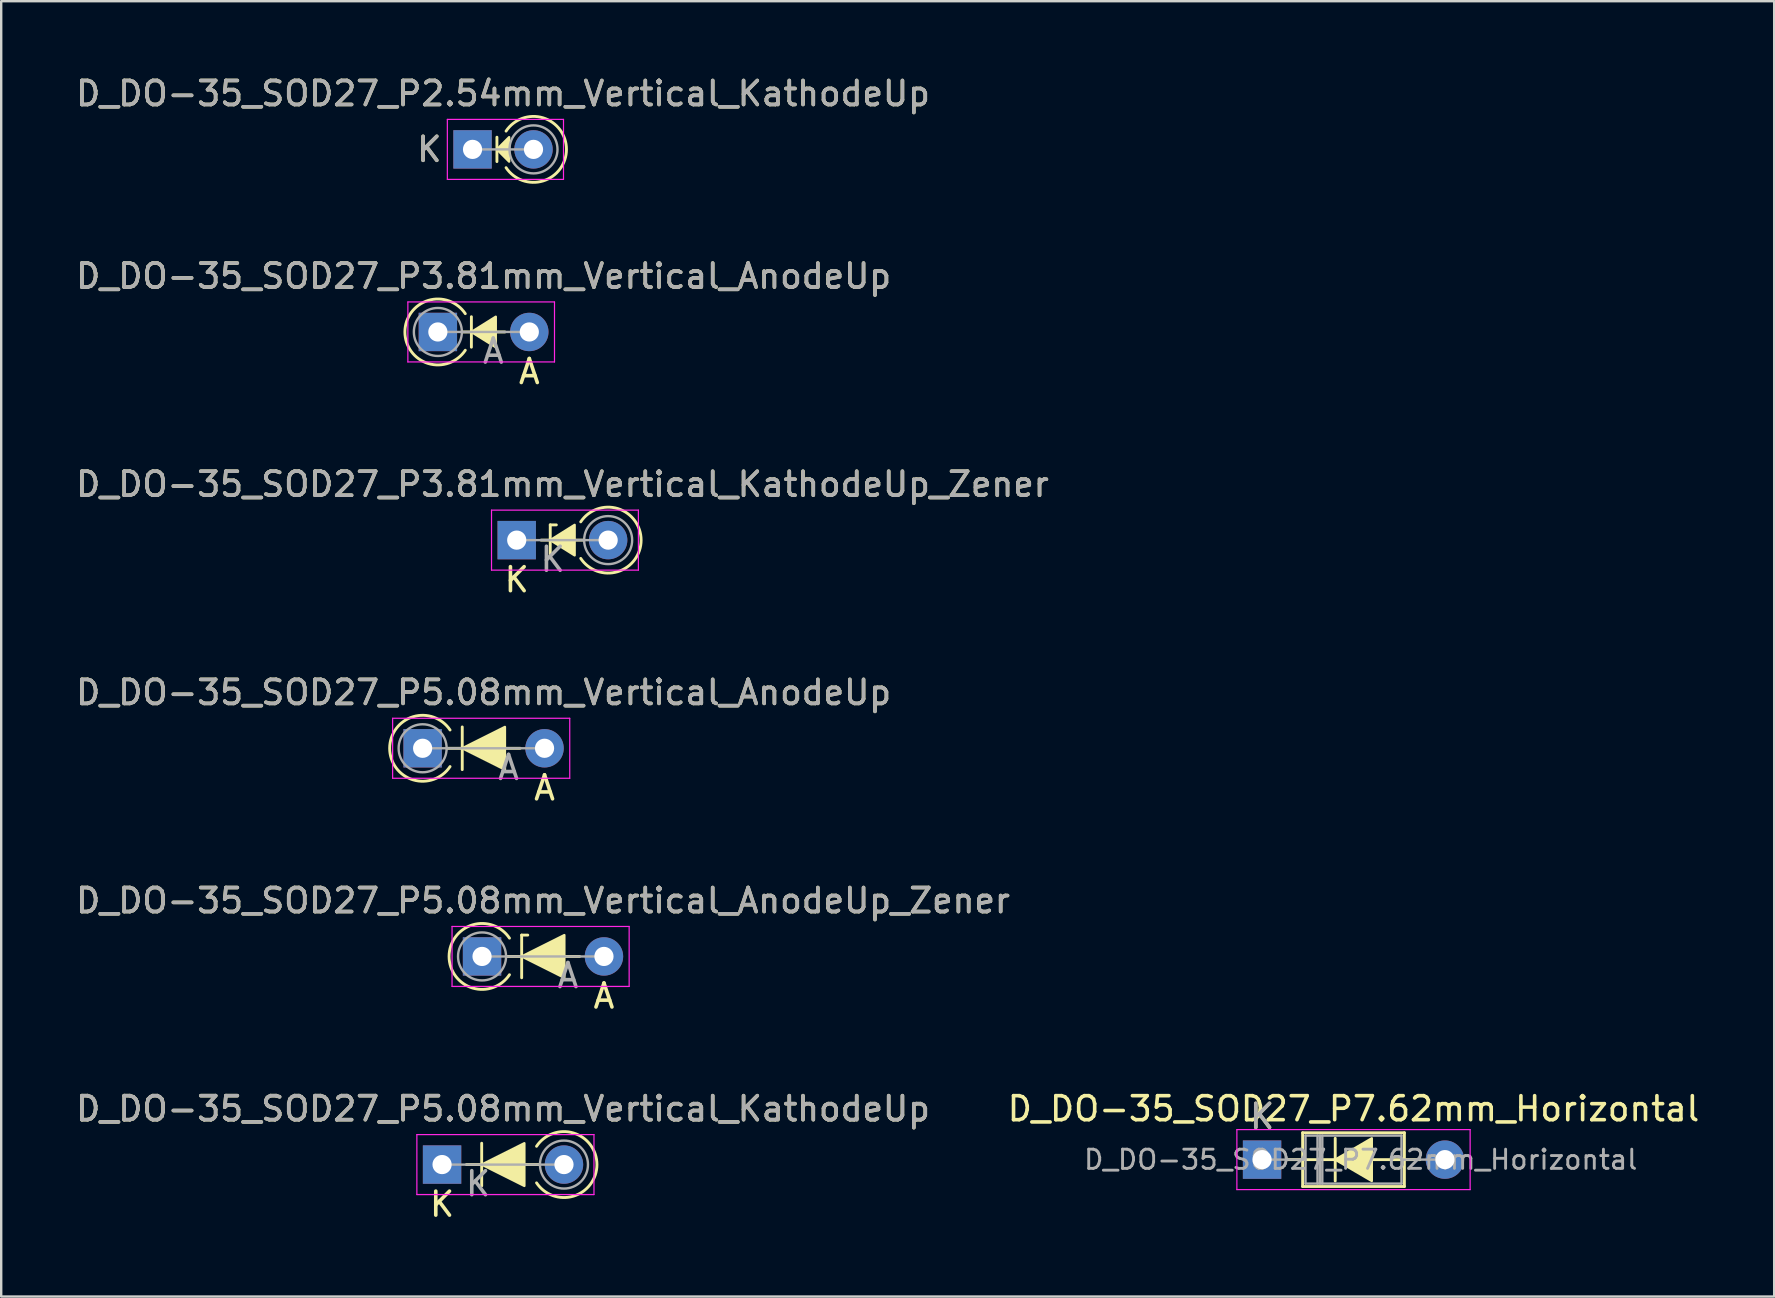
<source format=kicad_pcb>
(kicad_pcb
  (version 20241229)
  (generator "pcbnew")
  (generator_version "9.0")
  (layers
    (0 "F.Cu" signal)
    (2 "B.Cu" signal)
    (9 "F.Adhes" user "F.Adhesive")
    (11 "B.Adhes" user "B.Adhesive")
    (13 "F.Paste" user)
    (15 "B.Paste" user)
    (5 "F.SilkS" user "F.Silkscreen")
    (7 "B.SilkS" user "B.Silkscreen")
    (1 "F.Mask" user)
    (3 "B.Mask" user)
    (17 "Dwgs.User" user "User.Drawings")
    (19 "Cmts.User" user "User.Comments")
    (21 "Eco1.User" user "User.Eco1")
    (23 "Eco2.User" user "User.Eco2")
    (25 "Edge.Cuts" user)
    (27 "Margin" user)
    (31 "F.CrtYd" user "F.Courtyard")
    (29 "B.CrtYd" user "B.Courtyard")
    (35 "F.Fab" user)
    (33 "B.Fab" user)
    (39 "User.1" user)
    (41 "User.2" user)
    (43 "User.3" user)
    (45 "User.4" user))
  (footprint "D_DO-35_SOD27_P3.81mm_Vertical_KathodeUp_Zener"
    (layer "F.Cu")
    (at 18.482 19.457)
    (property "Reference" "D_DO-35_SOD27_P3.81mm_Vertical_KathodeUp_Zener" (at 1.905 -2.326 0) (layer "F.SilkS") (effects (font (size 1 1) (thickness 0.15))))
    (attr through_hole)
    (fp_line (start 1.397 -0.635) (end 1.397 0.635) (stroke (width 0.12) (type solid)) (layer "F.SilkS"))
    (fp_line (start 1.397 -0.635) (end 1.651 -0.635) (stroke (width 0.12) (type solid)) (layer "F.SilkS"))
    (fp_line (start 2.794 0) (end 1.016 0) (stroke (width 0.12) (type solid)) (layer "F.SilkS"))
    (fp_arc (start 2.667 -0.761998) (mid 5.183713 0.000001) (end 2.667 0.762) (stroke (width 0.12) (type solid)) (layer "F.SilkS"))
    (fp_poly (pts (xy 2.413 0.635) (xy 1.397 0) (xy 2.413 -0.635)) (stroke (width 0.1) (type solid)) (fill yes) (layer "F.SilkS"))
    (fp_line (start -1.05 -1.25) (end -1.05 1.25) (stroke (width 0.05) (type solid)) (layer "F.CrtYd"))
    (fp_line (start -1.05 1.25) (end 5.07 1.25) (stroke (width 0.05) (type solid)) (layer "F.CrtYd"))
    (fp_line (start 5.07 -1.25) (end -1.05 -1.25) (stroke (width 0.05) (type solid)) (layer "F.CrtYd"))
    (fp_line (start 5.07 1.25) (end 5.07 -1.25) (stroke (width 0.05) (type solid)) (layer "F.CrtYd"))
    (fp_line (start 0 0) (end 3.81 0) (stroke (width 0.1) (type solid)) (layer "F.Fab"))
    (fp_circle (center 3.81 0) (end 4.81 0) (stroke (width 0.1) (type solid)) (fill no) (layer "F.Fab"))
    (fp_text user "K" (at 0 1.651 0) (layer "F.SilkS") (effects (font (size 1 1) (thickness 0.15))))
    (fp_text user "K" (at 1.5 0.8 0) (layer "F.Fab") (effects (font (size 1 1) (thickness 0.15))))
    (fp_text user "${REFERENCE}" (at 1.905 -2.326 0) (layer "F.Fab") (effects (font (size 1 1) (thickness 0.15))))
    (pad "1" thru_hole rect (at 0 0) (size 1.6 1.6) (drill 0.8) (layers "*.Cu" "*.Mask"))
    (pad "2" thru_hole oval (at 3.81 0) (size 1.6 1.6) (drill 0.8) (layers "*.Cu" "*.Mask")))
  (footprint "D_DO-35_SOD27_P5.08mm_Vertical_AnodeUp"
    (layer "F.Cu")
    (at 14.561 28.131)
    (property "Reference" "D_DO-35_SOD27_P5.08mm_Vertical_AnodeUp" (at 2.54 -2.326 0) (layer "F.SilkS") (effects (font (size 1 1) (thickness 0.15))))
    (attr through_hole)
    (fp_line (start 1.651 -0.889) (end 1.651 0.889) (stroke (width 0.12) (type solid)) (layer "F.SilkS"))
    (fp_line (start 4.064 0) (end 1.016 0) (stroke (width 0.12) (type solid)) (layer "F.SilkS"))
    (fp_arc (start 1.142999 0.761999) (mid -1.373714 0) (end 1.142999 -0.761999) (stroke (width 0.12) (type solid)) (layer "F.SilkS"))
    (fp_poly (pts (xy 3.429 0.889) (xy 1.651 0) (xy 3.429 -0.889)) (stroke (width 0.1) (type solid)) (fill yes) (layer "F.SilkS"))
    (fp_line (start -1.25 -1.25) (end -1.25 1.25) (stroke (width 0.05) (type solid)) (layer "F.CrtYd"))
    (fp_line (start -1.25 1.25) (end 6.13 1.25) (stroke (width 0.05) (type solid)) (layer "F.CrtYd"))
    (fp_line (start 6.13 -1.25) (end -1.25 -1.25) (stroke (width 0.05) (type solid)) (layer "F.CrtYd"))
    (fp_line (start 6.13 1.25) (end 6.13 -1.25) (stroke (width 0.05) (type solid)) (layer "F.CrtYd"))
    (fp_line (start 0 0) (end 5.08 0) (stroke (width 0.1) (type solid)) (layer "F.Fab"))
    (fp_circle (center 0 0) (end 1 0) (stroke (width 0.1) (type solid)) (fill no) (layer "F.Fab"))
    (fp_text user "A" (at 5.08 1.651 0) (layer "F.SilkS") (effects (font (size 1 1) (thickness 0.15))))
    (fp_text user "${REFERENCE}" (at 2.54 -2.326 0) (layer "F.Fab") (effects (font (size 1 1) (thickness 0.15))))
    (fp_text user "A" (at 3.58 0.8 0) (layer "F.Fab") (effects (font (size 1 1) (thickness 0.15))))
    (pad "1" thru_hole rect (at 0 0) (size 1.6 1.6) (drill 0.8) (layers "*.Cu" "*.Mask"))
    (pad "2" thru_hole oval (at 5.08 0) (size 1.6 1.6) (drill 0.8) (layers "*.Cu" "*.Mask")))
  (footprint "D_DO-35_SOD27_P2.54mm_Vertical_KathodeUp"
    (layer "F.Cu")
    (at 16.641 3.175)
    (property "Reference" "D_DO-35_SOD27_P2.54mm_Vertical_KathodeUp" (at 1.27 -2.326 0) (layer "F.SilkS") (effects (font (size 1 1) (thickness 0.15))))
    (attr through_hole)
    (fp_line (start 1.016 -0.508) (end 1.016 0.508) (stroke (width 0.12) (type solid)) (layer "F.SilkS"))
    (fp_arc (start 1.397 -0.761998) (mid 3.913713 0.000001) (end 1.397 0.762) (stroke (width 0.12) (type solid)) (layer "F.SilkS"))
    (fp_poly (pts (xy 1.524 0.508) (xy 1.016 0) (xy 1.524 -0.508)) (stroke (width 0.1) (type solid)) (fill yes) (layer "F.SilkS"))
    (fp_line (start -1.05 -1.25) (end -1.05 1.25) (stroke (width 0.05) (type solid)) (layer "F.CrtYd"))
    (fp_line (start -1.05 1.25) (end 3.79 1.25) (stroke (width 0.05) (type solid)) (layer "F.CrtYd"))
    (fp_line (start 3.79 -1.25) (end -1.05 -1.25) (stroke (width 0.05) (type solid)) (layer "F.CrtYd"))
    (fp_line (start 3.79 1.25) (end 3.79 -1.25) (stroke (width 0.05) (type solid)) (layer "F.CrtYd"))
    (fp_line (start 0 0) (end 2.54 0) (stroke (width 0.1) (type solid)) (layer "F.Fab"))
    (fp_circle (center 2.54 0) (end 3.54 0) (stroke (width 0.1) (type solid)) (fill no) (layer "F.Fab"))
    (fp_text user "K" (at -1.8 0 0) (layer "F.SilkS") (effects (font (size 1 1) (thickness 0.15))))
    (fp_text user "${REFERENCE}" (at 1.27 -2.326 0) (layer "F.Fab") (effects (font (size 1 1) (thickness 0.15))))
    (fp_text user "K" (at -1.8 0 0) (layer "F.Fab") (effects (font (size 1 1) (thickness 0.15))))
    (pad "1" thru_hole rect (at 0 0) (size 1.6 1.6) (drill 0.8) (layers "*.Cu" "*.Mask"))
    (pad "2" thru_hole oval (at 2.54 0) (size 1.6 1.6) (drill 0.8) (layers "*.Cu" "*.Mask")))
  (footprint "D_DO-35_SOD27_P3.81mm_Vertical_AnodeUp"
    (layer "F.Cu")
    (at 15.196 10.783)
    (property "Reference" "D_DO-35_SOD27_P3.81mm_Vertical_AnodeUp" (at 1.905 -2.326 0) (layer "F.SilkS") (effects (font (size 1 1) (thickness 0.15))))
    (attr through_hole)
    (fp_line (start 1.397 -0.635) (end 1.397 0.635) (stroke (width 0.12) (type solid)) (layer "F.SilkS"))
    (fp_line (start 2.794 0) (end 1.016 0) (stroke (width 0.12) (type solid)) (layer "F.SilkS"))
    (fp_arc (start 1.142999 0.761999) (mid -1.373714 0) (end 1.142999 -0.761999) (stroke (width 0.12) (type solid)) (layer "F.SilkS"))
    (fp_poly (pts (xy 2.413 0.635) (xy 1.397 0) (xy 2.413 -0.635)) (stroke (width 0.1) (type solid)) (fill yes) (layer "F.SilkS"))
    (fp_line (start -1.25 -1.25) (end -1.25 1.25) (stroke (width 0.05) (type solid)) (layer "F.CrtYd"))
    (fp_line (start -1.25 1.25) (end 4.86 1.25) (stroke (width 0.05) (type solid)) (layer "F.CrtYd"))
    (fp_line (start 4.86 -1.25) (end -1.25 -1.25) (stroke (width 0.05) (type solid)) (layer "F.CrtYd"))
    (fp_line (start 4.86 1.25) (end 4.86 -1.25) (stroke (width 0.05) (type solid)) (layer "F.CrtYd"))
    (fp_line (start 0 0) (end 3.81 0) (stroke (width 0.1) (type solid)) (layer "F.Fab"))
    (fp_circle (center 0 0) (end 1 0) (stroke (width 0.1) (type solid)) (fill no) (layer "F.Fab"))
    (fp_text user "A" (at 3.81 1.651 0) (layer "F.SilkS") (effects (font (size 1 1) (thickness 0.15))))
    (fp_text user "${REFERENCE}" (at 1.905 -2.326 0) (layer "F.Fab") (effects (font (size 1 1) (thickness 0.15))))
    (fp_text user "A" (at 2.31 0.8 0) (layer "F.Fab") (effects (font (size 1 1) (thickness 0.15))))
    (pad "1" thru_hole rect (at 0 0) (size 1.6 1.6) (drill 0.8) (layers "*.Cu" "*.Mask"))
    (pad "2" thru_hole oval (at 3.81 0) (size 1.6 1.6) (drill 0.8) (layers "*.Cu" "*.Mask")))
  (footprint "D_DO-35_SOD27_P5.08mm_Vertical_AnodeUp_Zener"
    (layer "F.Cu")
    (at 17.037 36.805)
    (property "Reference" "D_DO-35_SOD27_P5.08mm_Vertical_AnodeUp_Zener" (at 2.54 -2.326 0) (layer "F.SilkS") (effects (font (size 1 1) (thickness 0.15))))
    (attr through_hole)
    (fp_line (start 1.651 -0.889) (end 1.651 0.889) (stroke (width 0.12) (type solid)) (layer "F.SilkS"))
    (fp_line (start 1.651 -0.889) (end 1.905 -0.889) (stroke (width 0.12) (type solid)) (layer "F.SilkS"))
    (fp_line (start 4.064 0) (end 1.016 0) (stroke (width 0.12) (type solid)) (layer "F.SilkS"))
    (fp_arc (start 1.142999 0.761999) (mid -1.373714 0) (end 1.142999 -0.761999) (stroke (width 0.12) (type solid)) (layer "F.SilkS"))
    (fp_poly (pts (xy 3.429 0.889) (xy 1.651 0) (xy 3.429 -0.889)) (stroke (width 0.1) (type solid)) (fill yes) (layer "F.SilkS"))
    (fp_line (start -1.25 -1.25) (end -1.25 1.25) (stroke (width 0.05) (type solid)) (layer "F.CrtYd"))
    (fp_line (start -1.25 1.25) (end 6.13 1.25) (stroke (width 0.05) (type solid)) (layer "F.CrtYd"))
    (fp_line (start 6.13 -1.25) (end -1.25 -1.25) (stroke (width 0.05) (type solid)) (layer "F.CrtYd"))
    (fp_line (start 6.13 1.25) (end 6.13 -1.25) (stroke (width 0.05) (type solid)) (layer "F.CrtYd"))
    (fp_line (start 0 0) (end 5.08 0) (stroke (width 0.1) (type solid)) (layer "F.Fab"))
    (fp_circle (center 0 0) (end 1 0) (stroke (width 0.1) (type solid)) (fill no) (layer "F.Fab"))
    (fp_text user "A" (at 5.08 1.651 0) (layer "F.SilkS") (effects (font (size 1 1) (thickness 0.15))))
    (fp_text user "A" (at 3.58 0.8 0) (layer "F.Fab") (effects (font (size 1 1) (thickness 0.15))))
    (fp_text user "${REFERENCE}" (at 2.54 -2.326 0) (layer "F.Fab") (effects (font (size 1 1) (thickness 0.15))))
    (pad "1" thru_hole rect (at 0 0) (size 1.6 1.6) (drill 0.8) (layers "*.Cu" "*.Mask"))
    (pad "2" thru_hole oval (at 5.08 0) (size 1.6 1.6) (drill 0.8) (layers "*.Cu" "*.Mask")))
  (footprint "D_DO-35_SOD27_P7.62mm_Horizontal"
    (layer "F.Cu")
    (at 49.541 45.272)
    (property "Reference" "D_DO-35_SOD27_P7.62mm_Horizontal" (at 3.81 -2.12 0) (layer "F.SilkS") (effects (font (size 1 1) (thickness 0.15))))
    (attr through_hole)
    (fp_line (start 1.04 0) (end 1.69 0) (stroke (width 0.12) (type solid)) (layer "F.SilkS"))
    (fp_line (start 1.651 0) (end 3.048 0) (stroke (width 0.12) (type solid)) (layer "F.SilkS"))
    (fp_line (start 1.69 -1.12) (end 1.69 1.12) (stroke (width 0.12) (type solid)) (layer "F.SilkS"))
    (fp_line (start 1.69 1.12) (end 5.93 1.12) (stroke (width 0.12) (type solid)) (layer "F.SilkS"))
    (fp_line (start 3.048 -0.889) (end 3.048 0.889) (stroke (width 0.12) (type solid)) (layer "F.SilkS"))
    (fp_line (start 5.93 -1.12) (end 1.69 -1.12) (stroke (width 0.12) (type solid)) (layer "F.SilkS"))
    (fp_line (start 5.93 0) (end 4.636 0) (stroke (width 0.12) (type solid)) (layer "F.SilkS"))
    (fp_line (start 5.93 1.12) (end 5.93 -1.12) (stroke (width 0.12) (type solid)) (layer "F.SilkS"))
    (fp_line (start 6.58 0) (end 5.93 0) (stroke (width 0.12) (type solid)) (layer "F.SilkS"))
    (fp_poly (pts (xy 4.572 0.889) (xy 3.048 0) (xy 4.572 -0.889)) (stroke (width 0.1) (type solid)) (fill yes) (layer "F.SilkS"))
    (fp_line (start -1.05 -1.25) (end -1.05 1.25) (stroke (width 0.05) (type solid)) (layer "F.CrtYd"))
    (fp_line (start -1.05 1.25) (end 8.67 1.25) (stroke (width 0.05) (type solid)) (layer "F.CrtYd"))
    (fp_line (start 8.67 -1.25) (end -1.05 -1.25) (stroke (width 0.05) (type solid)) (layer "F.CrtYd"))
    (fp_line (start 8.67 1.25) (end 8.67 -1.25) (stroke (width 0.05) (type solid)) (layer "F.CrtYd"))
    (fp_line (start 0 0) (end 1.81 0) (stroke (width 0.1) (type solid)) (layer "F.Fab"))
    (fp_line (start 1.81 -1) (end 1.81 1) (stroke (width 0.1) (type solid)) (layer "F.Fab"))
    (fp_line (start 1.81 1) (end 5.81 1) (stroke (width 0.1) (type solid)) (layer "F.Fab"))
    (fp_line (start 2.31 -1) (end 2.31 1) (stroke (width 0.1) (type solid)) (layer "F.Fab"))
    (fp_line (start 2.41 -1) (end 2.41 1) (stroke (width 0.1) (type solid)) (layer "F.Fab"))
    (fp_line (start 2.51 -1) (end 2.51 1) (stroke (width 0.1) (type solid)) (layer "F.Fab"))
    (fp_line (start 5.81 -1) (end 1.81 -1) (stroke (width 0.1) (type solid)) (layer "F.Fab"))
    (fp_line (start 5.81 1) (end 5.81 -1) (stroke (width 0.1) (type solid)) (layer "F.Fab"))
    (fp_line (start 7.62 0) (end 5.81 0) (stroke (width 0.1) (type solid)) (layer "F.Fab"))
    (fp_text user "K" (at 0 -1.8 0) (layer "F.SilkS") (effects (font (size 1 1) (thickness 0.15))))
    (fp_text user "K" (at 0 -1.8 0) (layer "F.Fab") (effects (font (size 1 1) (thickness 0.15))))
    (fp_text user "${REFERENCE}" (at 4.11 0 0) (layer "F.Fab") (effects (font (size 0.8 0.8) (thickness 0.12))))
    (pad "1" thru_hole rect (at 0 0) (size 1.6 1.6) (drill 0.8) (layers "*.Cu" "*.Mask"))
    (pad "2" thru_hole oval (at 7.62 0) (size 1.6 1.6) (drill 0.8) (layers "*.Cu" "*.Mask")))
  (footprint "D_DO-35_SOD27_P5.08mm_Vertical_KathodeUp"
    (layer "F.Cu")
    (at 15.371 45.478)
    (property "Reference" "D_DO-35_SOD27_P5.08mm_Vertical_KathodeUp" (at 2.54 -2.326 0) (layer "F.SilkS") (effects (font (size 1 1) (thickness 0.15))))
    (attr through_hole)
    (fp_line (start 1.651 -0.889) (end 1.651 0.889) (stroke (width 0.12) (type solid)) (layer "F.SilkS"))
    (fp_line (start 4.064 0) (end 1.016 0) (stroke (width 0.12) (type solid)) (layer "F.SilkS"))
    (fp_arc (start 3.937 -0.761998) (mid 6.453713 0.000001) (end 3.937 0.762) (stroke (width 0.12) (type solid)) (layer "F.SilkS"))
    (fp_poly (pts (xy 3.429 0.889) (xy 1.651 0) (xy 3.429 -0.889)) (stroke (width 0.1) (type solid)) (fill yes) (layer "F.SilkS"))
    (fp_line (start -1.05 -1.25) (end -1.05 1.25) (stroke (width 0.05) (type solid)) (layer "F.CrtYd"))
    (fp_line (start -1.05 1.25) (end 6.33 1.25) (stroke (width 0.05) (type solid)) (layer "F.CrtYd"))
    (fp_line (start 6.33 -1.25) (end -1.05 -1.25) (stroke (width 0.05) (type solid)) (layer "F.CrtYd"))
    (fp_line (start 6.33 1.25) (end 6.33 -1.25) (stroke (width 0.05) (type solid)) (layer "F.CrtYd"))
    (fp_line (start 0 0) (end 5.08 0) (stroke (width 0.1) (type solid)) (layer "F.Fab"))
    (fp_circle (center 5.08 0) (end 6.08 0) (stroke (width 0.1) (type solid)) (fill no) (layer "F.Fab"))
    (fp_text user "K" (at 0 1.651 0) (layer "F.SilkS") (effects (font (size 1 1) (thickness 0.15))))
    (fp_text user "${REFERENCE}" (at 2.54 -2.326 0) (layer "F.Fab") (effects (font (size 1 1) (thickness 0.15))))
    (fp_text user "K" (at 1.5 0.8 0) (layer "F.Fab") (effects (font (size 1 1) (thickness 0.15))))
    (pad "1" thru_hole rect (at 0 0) (size 1.6 1.6) (drill 0.8) (layers "*.Cu" "*.Mask"))
    (pad "2" thru_hole oval (at 5.08 0) (size 1.6 1.6) (drill 0.8) (layers "*.Cu" "*.Mask")))
  (gr_rect
    (start -3 -3)
    (end 70.881 50.978)
    (stroke (width 0.1) (type default))
    (fill no)
    (layer "Edge.Cuts")))
</source>
